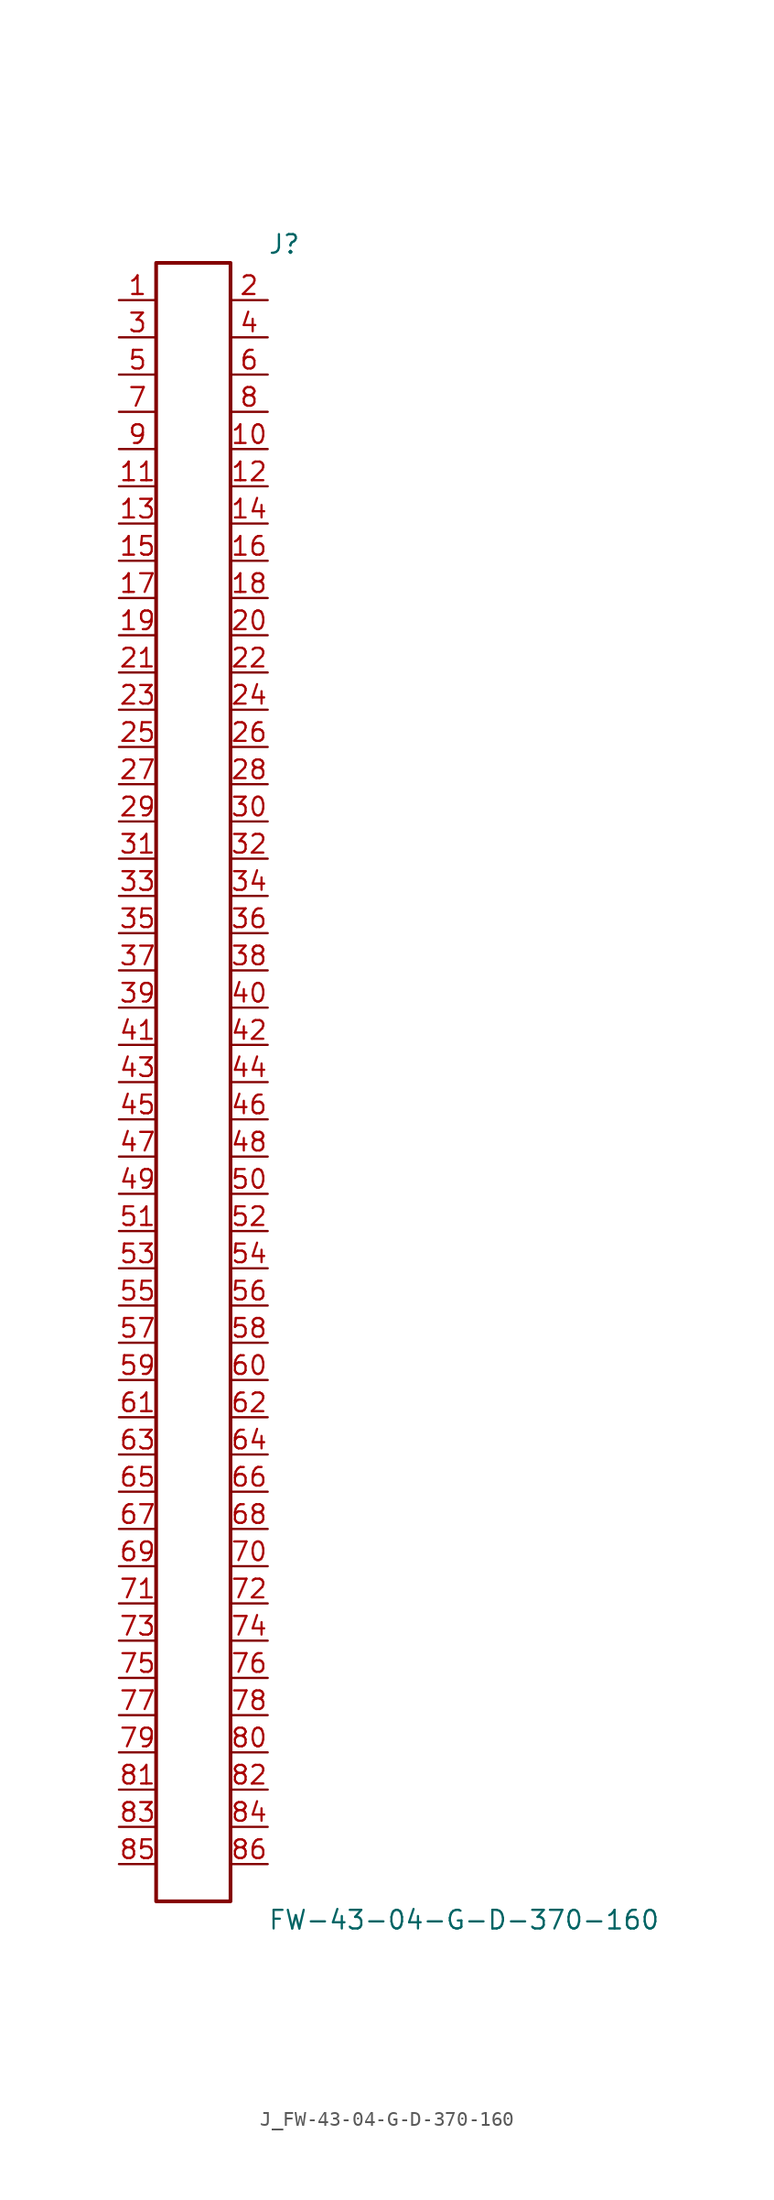
<source format=kicad_sym>
(kicad_symbol_lib
  (version 20231120)
  (generator kicad_symbol_editor)
  (generator_version 8.0)
  (symbol "J_FW-43-04-G-D-370-160"
    (pin_names
      (offset 0.254))
    (property "Reference" "J"
      (at 5.08 57.15 0)
      (effects (font (size 1.27 1.27)) (justify left)))
    (property "Value" "FW-43-04-G-D-370-160"
      (at 5.08 -57.15 0)
      (effects (font (size 1.27 1.27)) (justify left)))
    (symbol "J_FW-43-04-G-D-370-160_0_0"
      (pin unspecified line (at -5.08 53.34 0) (length 2.54) (name "" (effects (font (size 1.27 1.27)))) (number "1" (effects (font (size 1.27 1.27)))))
      (pin unspecified line (at 5.08 53.34 180) (length 2.54) (name "" (effects (font (size 1.27 1.27)))) (number "2" (effects (font (size 1.27 1.27)))))
      (pin unspecified line (at -5.08 50.8 0) (length 2.54) (name "" (effects (font (size 1.27 1.27)))) (number "3" (effects (font (size 1.27 1.27)))))
      (pin unspecified line (at 5.08 50.8 180) (length 2.54) (name "" (effects (font (size 1.27 1.27)))) (number "4" (effects (font (size 1.27 1.27)))))
      (pin unspecified line (at -5.08 48.26 0) (length 2.54) (name "" (effects (font (size 1.27 1.27)))) (number "5" (effects (font (size 1.27 1.27)))))
      (pin unspecified line (at 5.08 48.26 180) (length 2.54) (name "" (effects (font (size 1.27 1.27)))) (number "6" (effects (font (size 1.27 1.27)))))
      (pin unspecified line (at -5.08 45.72 0) (length 2.54) (name "" (effects (font (size 1.27 1.27)))) (number "7" (effects (font (size 1.27 1.27)))))
      (pin unspecified line (at 5.08 45.72 180) (length 2.54) (name "" (effects (font (size 1.27 1.27)))) (number "8" (effects (font (size 1.27 1.27)))))
      (pin unspecified line (at -5.08 43.18 0) (length 2.54) (name "" (effects (font (size 1.27 1.27)))) (number "9" (effects (font (size 1.27 1.27)))))
      (pin unspecified line (at 5.08 43.18 180) (length 2.54) (name "" (effects (font (size 1.27 1.27)))) (number "10" (effects (font (size 1.27 1.27)))))
      (pin unspecified line (at -5.08 40.64 0) (length 2.54) (name "" (effects (font (size 1.27 1.27)))) (number "11" (effects (font (size 1.27 1.27)))))
      (pin unspecified line (at 5.08 40.64 180) (length 2.54) (name "" (effects (font (size 1.27 1.27)))) (number "12" (effects (font (size 1.27 1.27)))))
      (pin unspecified line (at -5.08 38.1 0) (length 2.54) (name "" (effects (font (size 1.27 1.27)))) (number "13" (effects (font (size 1.27 1.27)))))
      (pin unspecified line (at 5.08 38.1 180) (length 2.54) (name "" (effects (font (size 1.27 1.27)))) (number "14" (effects (font (size 1.27 1.27)))))
      (pin unspecified line (at -5.08 35.56 0) (length 2.54) (name "" (effects (font (size 1.27 1.27)))) (number "15" (effects (font (size 1.27 1.27)))))
      (pin unspecified line (at 5.08 35.56 180) (length 2.54) (name "" (effects (font (size 1.27 1.27)))) (number "16" (effects (font (size 1.27 1.27)))))
      (pin unspecified line (at -5.08 33.02 0) (length 2.54) (name "" (effects (font (size 1.27 1.27)))) (number "17" (effects (font (size 1.27 1.27)))))
      (pin unspecified line (at 5.08 33.02 180) (length 2.54) (name "" (effects (font (size 1.27 1.27)))) (number "18" (effects (font (size 1.27 1.27)))))
      (pin unspecified line (at -5.08 30.48 0) (length 2.54) (name "" (effects (font (size 1.27 1.27)))) (number "19" (effects (font (size 1.27 1.27)))))
      (pin unspecified line (at 5.08 30.48 180) (length 2.54) (name "" (effects (font (size 1.27 1.27)))) (number "20" (effects (font (size 1.27 1.27)))))
      (pin unspecified line (at -5.08 27.94 0) (length 2.54) (name "" (effects (font (size 1.27 1.27)))) (number "21" (effects (font (size 1.27 1.27)))))
      (pin unspecified line (at 5.08 27.94 180) (length 2.54) (name "" (effects (font (size 1.27 1.27)))) (number "22" (effects (font (size 1.27 1.27)))))
      (pin unspecified line (at -5.08 25.4 0) (length 2.54) (name "" (effects (font (size 1.27 1.27)))) (number "23" (effects (font (size 1.27 1.27)))))
      (pin unspecified line (at 5.08 25.4 180) (length 2.54) (name "" (effects (font (size 1.27 1.27)))) (number "24" (effects (font (size 1.27 1.27)))))
      (pin unspecified line (at -5.08 22.86 0) (length 2.54) (name "" (effects (font (size 1.27 1.27)))) (number "25" (effects (font (size 1.27 1.27)))))
      (pin unspecified line (at 5.08 22.86 180) (length 2.54) (name "" (effects (font (size 1.27 1.27)))) (number "26" (effects (font (size 1.27 1.27)))))
      (pin unspecified line (at -5.08 20.32 0) (length 2.54) (name "" (effects (font (size 1.27 1.27)))) (number "27" (effects (font (size 1.27 1.27)))))
      (pin unspecified line (at 5.08 20.32 180) (length 2.54) (name "" (effects (font (size 1.27 1.27)))) (number "28" (effects (font (size 1.27 1.27)))))
      (pin unspecified line (at -5.08 17.78 0) (length 2.54) (name "" (effects (font (size 1.27 1.27)))) (number "29" (effects (font (size 1.27 1.27)))))
      (pin unspecified line (at 5.08 17.78 180) (length 2.54) (name "" (effects (font (size 1.27 1.27)))) (number "30" (effects (font (size 1.27 1.27)))))
      (pin unspecified line (at -5.08 15.24 0) (length 2.54) (name "" (effects (font (size 1.27 1.27)))) (number "31" (effects (font (size 1.27 1.27)))))
      (pin unspecified line (at 5.08 15.24 180) (length 2.54) (name "" (effects (font (size 1.27 1.27)))) (number "32" (effects (font (size 1.27 1.27)))))
      (pin unspecified line (at -5.08 12.7 0) (length 2.54) (name "" (effects (font (size 1.27 1.27)))) (number "33" (effects (font (size 1.27 1.27)))))
      (pin unspecified line (at 5.08 12.7 180) (length 2.54) (name "" (effects (font (size 1.27 1.27)))) (number "34" (effects (font (size 1.27 1.27)))))
      (pin unspecified line (at -5.08 10.16 0) (length 2.54) (name "" (effects (font (size 1.27 1.27)))) (number "35" (effects (font (size 1.27 1.27)))))
      (pin unspecified line (at 5.08 10.16 180) (length 2.54) (name "" (effects (font (size 1.27 1.27)))) (number "36" (effects (font (size 1.27 1.27)))))
      (pin unspecified line (at -5.08 7.62 0) (length 2.54) (name "" (effects (font (size 1.27 1.27)))) (number "37" (effects (font (size 1.27 1.27)))))
      (pin unspecified line (at 5.08 7.62 180) (length 2.54) (name "" (effects (font (size 1.27 1.27)))) (number "38" (effects (font (size 1.27 1.27)))))
      (pin unspecified line (at -5.08 5.08 0) (length 2.54) (name "" (effects (font (size 1.27 1.27)))) (number "39" (effects (font (size 1.27 1.27)))))
      (pin unspecified line (at 5.08 5.08 180) (length 2.54) (name "" (effects (font (size 1.27 1.27)))) (number "40" (effects (font (size 1.27 1.27)))))
      (pin unspecified line (at -5.08 2.54 0) (length 2.54) (name "" (effects (font (size 1.27 1.27)))) (number "41" (effects (font (size 1.27 1.27)))))
      (pin unspecified line (at 5.08 2.54 180) (length 2.54) (name "" (effects (font (size 1.27 1.27)))) (number "42" (effects (font (size 1.27 1.27)))))
      (pin unspecified line (at -5.08 0.0 0) (length 2.54) (name "" (effects (font (size 1.27 1.27)))) (number "43" (effects (font (size 1.27 1.27)))))
      (pin unspecified line (at 5.08 0.0 180) (length 2.54) (name "" (effects (font (size 1.27 1.27)))) (number "44" (effects (font (size 1.27 1.27)))))
      (pin unspecified line (at -5.08 -2.54 0) (length 2.54) (name "" (effects (font (size 1.27 1.27)))) (number "45" (effects (font (size 1.27 1.27)))))
      (pin unspecified line (at 5.08 -2.54 180) (length 2.54) (name "" (effects (font (size 1.27 1.27)))) (number "46" (effects (font (size 1.27 1.27)))))
      (pin unspecified line (at -5.08 -5.08 0) (length 2.54) (name "" (effects (font (size 1.27 1.27)))) (number "47" (effects (font (size 1.27 1.27)))))
      (pin unspecified line (at 5.08 -5.08 180) (length 2.54) (name "" (effects (font (size 1.27 1.27)))) (number "48" (effects (font (size 1.27 1.27)))))
      (pin unspecified line (at -5.08 -7.62 0) (length 2.54) (name "" (effects (font (size 1.27 1.27)))) (number "49" (effects (font (size 1.27 1.27)))))
      (pin unspecified line (at 5.08 -7.62 180) (length 2.54) (name "" (effects (font (size 1.27 1.27)))) (number "50" (effects (font (size 1.27 1.27)))))
      (pin unspecified line (at -5.08 -10.16 0) (length 2.54) (name "" (effects (font (size 1.27 1.27)))) (number "51" (effects (font (size 1.27 1.27)))))
      (pin unspecified line (at 5.08 -10.16 180) (length 2.54) (name "" (effects (font (size 1.27 1.27)))) (number "52" (effects (font (size 1.27 1.27)))))
      (pin unspecified line (at -5.08 -12.7 0) (length 2.54) (name "" (effects (font (size 1.27 1.27)))) (number "53" (effects (font (size 1.27 1.27)))))
      (pin unspecified line (at 5.08 -12.7 180) (length 2.54) (name "" (effects (font (size 1.27 1.27)))) (number "54" (effects (font (size 1.27 1.27)))))
      (pin unspecified line (at -5.08 -15.24 0) (length 2.54) (name "" (effects (font (size 1.27 1.27)))) (number "55" (effects (font (size 1.27 1.27)))))
      (pin unspecified line (at 5.08 -15.24 180) (length 2.54) (name "" (effects (font (size 1.27 1.27)))) (number "56" (effects (font (size 1.27 1.27)))))
      (pin unspecified line (at -5.08 -17.78 0) (length 2.54) (name "" (effects (font (size 1.27 1.27)))) (number "57" (effects (font (size 1.27 1.27)))))
      (pin unspecified line (at 5.08 -17.78 180) (length 2.54) (name "" (effects (font (size 1.27 1.27)))) (number "58" (effects (font (size 1.27 1.27)))))
      (pin unspecified line (at -5.08 -20.32 0) (length 2.54) (name "" (effects (font (size 1.27 1.27)))) (number "59" (effects (font (size 1.27 1.27)))))
      (pin unspecified line (at 5.08 -20.32 180) (length 2.54) (name "" (effects (font (size 1.27 1.27)))) (number "60" (effects (font (size 1.27 1.27)))))
      (pin unspecified line (at -5.08 -22.86 0) (length 2.54) (name "" (effects (font (size 1.27 1.27)))) (number "61" (effects (font (size 1.27 1.27)))))
      (pin unspecified line (at 5.08 -22.86 180) (length 2.54) (name "" (effects (font (size 1.27 1.27)))) (number "62" (effects (font (size 1.27 1.27)))))
      (pin unspecified line (at -5.08 -25.4 0) (length 2.54) (name "" (effects (font (size 1.27 1.27)))) (number "63" (effects (font (size 1.27 1.27)))))
      (pin unspecified line (at 5.08 -25.4 180) (length 2.54) (name "" (effects (font (size 1.27 1.27)))) (number "64" (effects (font (size 1.27 1.27)))))
      (pin unspecified line (at -5.08 -27.94 0) (length 2.54) (name "" (effects (font (size 1.27 1.27)))) (number "65" (effects (font (size 1.27 1.27)))))
      (pin unspecified line (at 5.08 -27.94 180) (length 2.54) (name "" (effects (font (size 1.27 1.27)))) (number "66" (effects (font (size 1.27 1.27)))))
      (pin unspecified line (at -5.08 -30.48 0) (length 2.54) (name "" (effects (font (size 1.27 1.27)))) (number "67" (effects (font (size 1.27 1.27)))))
      (pin unspecified line (at 5.08 -30.48 180) (length 2.54) (name "" (effects (font (size 1.27 1.27)))) (number "68" (effects (font (size 1.27 1.27)))))
      (pin unspecified line (at -5.08 -33.02 0) (length 2.54) (name "" (effects (font (size 1.27 1.27)))) (number "69" (effects (font (size 1.27 1.27)))))
      (pin unspecified line (at 5.08 -33.02 180) (length 2.54) (name "" (effects (font (size 1.27 1.27)))) (number "70" (effects (font (size 1.27 1.27)))))
      (pin unspecified line (at -5.08 -35.56 0) (length 2.54) (name "" (effects (font (size 1.27 1.27)))) (number "71" (effects (font (size 1.27 1.27)))))
      (pin unspecified line (at 5.08 -35.56 180) (length 2.54) (name "" (effects (font (size 1.27 1.27)))) (number "72" (effects (font (size 1.27 1.27)))))
      (pin unspecified line (at -5.08 -38.1 0) (length 2.54) (name "" (effects (font (size 1.27 1.27)))) (number "73" (effects (font (size 1.27 1.27)))))
      (pin unspecified line (at 5.08 -38.1 180) (length 2.54) (name "" (effects (font (size 1.27 1.27)))) (number "74" (effects (font (size 1.27 1.27)))))
      (pin unspecified line (at -5.08 -40.64 0) (length 2.54) (name "" (effects (font (size 1.27 1.27)))) (number "75" (effects (font (size 1.27 1.27)))))
      (pin unspecified line (at 5.08 -40.64 180) (length 2.54) (name "" (effects (font (size 1.27 1.27)))) (number "76" (effects (font (size 1.27 1.27)))))
      (pin unspecified line (at -5.08 -43.18 0) (length 2.54) (name "" (effects (font (size 1.27 1.27)))) (number "77" (effects (font (size 1.27 1.27)))))
      (pin unspecified line (at 5.08 -43.18 180) (length 2.54) (name "" (effects (font (size 1.27 1.27)))) (number "78" (effects (font (size 1.27 1.27)))))
      (pin unspecified line (at -5.08 -45.72 0) (length 2.54) (name "" (effects (font (size 1.27 1.27)))) (number "79" (effects (font (size 1.27 1.27)))))
      (pin unspecified line (at 5.08 -45.72 180) (length 2.54) (name "" (effects (font (size 1.27 1.27)))) (number "80" (effects (font (size 1.27 1.27)))))
      (pin unspecified line (at -5.08 -48.26 0) (length 2.54) (name "" (effects (font (size 1.27 1.27)))) (number "81" (effects (font (size 1.27 1.27)))))
      (pin unspecified line (at 5.08 -48.26 180) (length 2.54) (name "" (effects (font (size 1.27 1.27)))) (number "82" (effects (font (size 1.27 1.27)))))
      (pin unspecified line (at -5.08 -50.8 0) (length 2.54) (name "" (effects (font (size 1.27 1.27)))) (number "83" (effects (font (size 1.27 1.27)))))
      (pin unspecified line (at 5.08 -50.8 180) (length 2.54) (name "" (effects (font (size 1.27 1.27)))) (number "84" (effects (font (size 1.27 1.27)))))
      (pin unspecified line (at -5.08 -53.34 0) (length 2.54) (name "" (effects (font (size 1.27 1.27)))) (number "85" (effects (font (size 1.27 1.27)))))
      (pin unspecified line (at 5.08 -53.34 180) (length 2.54) (name "" (effects (font (size 1.27 1.27)))) (number "86" (effects (font (size 1.27 1.27))))))
    (symbol "J_FW-43-04-G-D-370-160_1_0"
      (rectangle (start -2.54 55.88) (end 2.54 -55.88) (stroke (width 0.254) (type solid)) (fill (type none))))))
</source>
